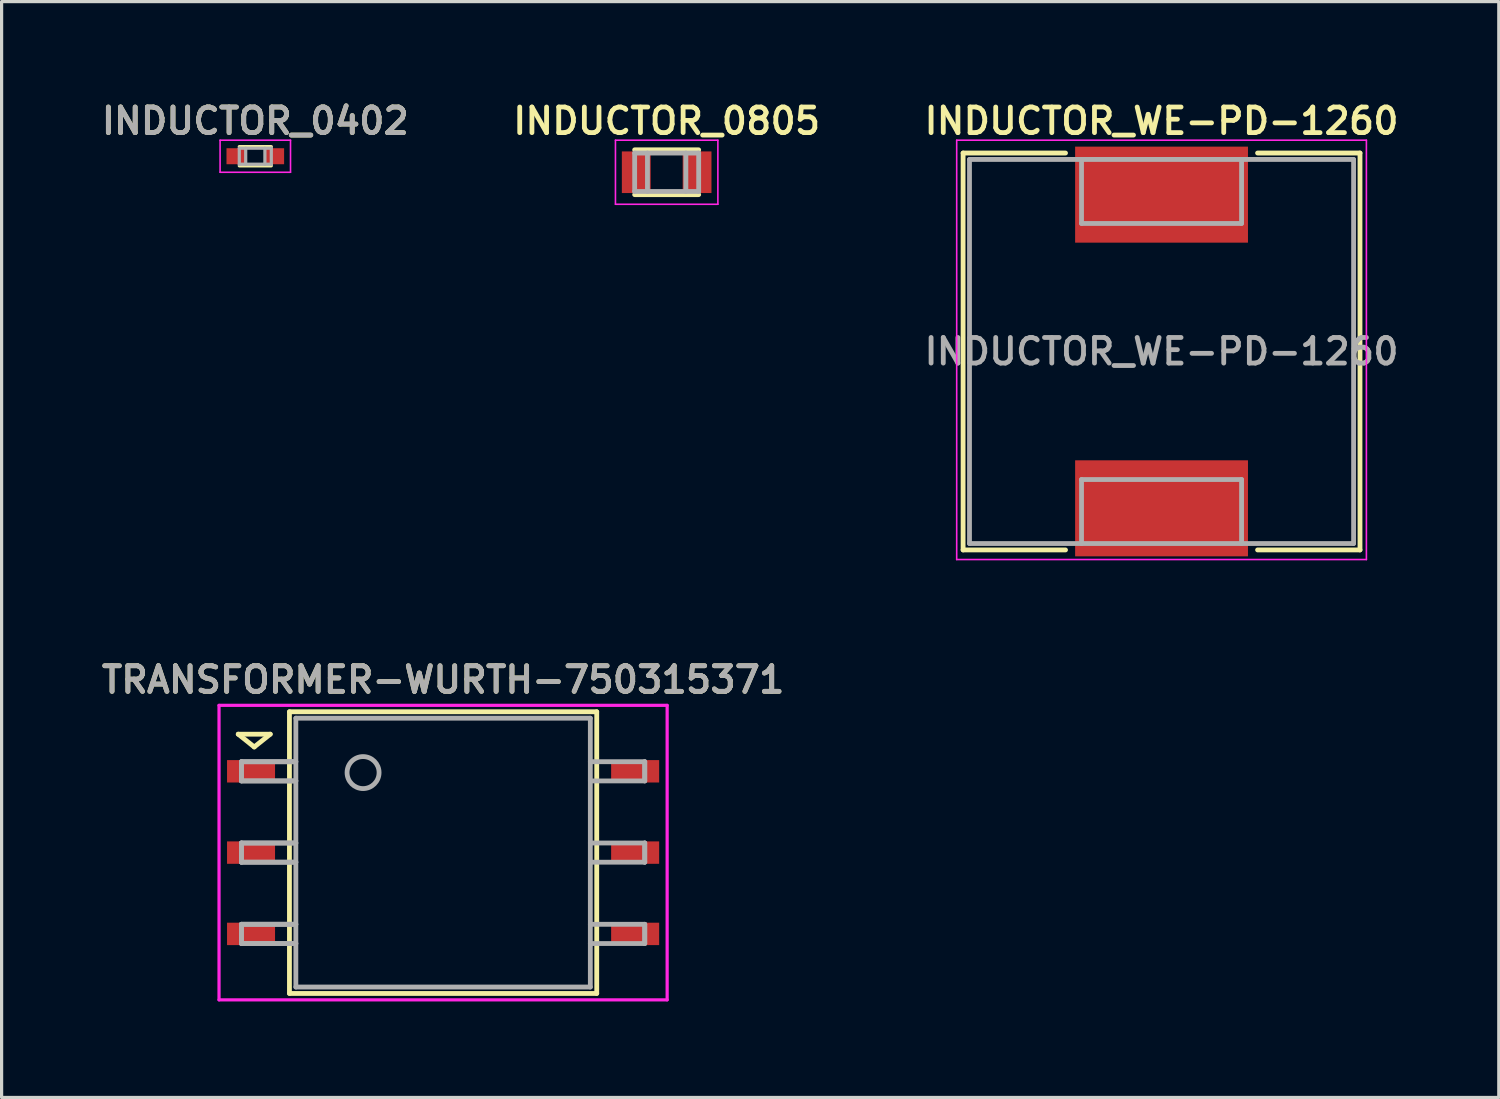
<source format=kicad_pcb>
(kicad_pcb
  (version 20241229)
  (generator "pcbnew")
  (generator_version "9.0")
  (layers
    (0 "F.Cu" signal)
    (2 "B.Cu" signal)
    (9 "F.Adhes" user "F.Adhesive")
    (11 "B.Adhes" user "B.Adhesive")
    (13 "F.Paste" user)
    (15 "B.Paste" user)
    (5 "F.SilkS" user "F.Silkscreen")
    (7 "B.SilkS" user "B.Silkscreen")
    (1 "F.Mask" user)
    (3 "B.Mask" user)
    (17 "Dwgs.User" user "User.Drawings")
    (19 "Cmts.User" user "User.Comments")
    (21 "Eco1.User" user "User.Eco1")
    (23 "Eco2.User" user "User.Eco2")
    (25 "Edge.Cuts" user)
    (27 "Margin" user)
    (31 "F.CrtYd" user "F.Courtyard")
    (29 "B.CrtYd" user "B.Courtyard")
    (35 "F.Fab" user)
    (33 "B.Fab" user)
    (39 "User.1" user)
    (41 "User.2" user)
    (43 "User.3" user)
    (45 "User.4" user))
  (footprint "INDUCTOR_0805"
    (layer "F.Cu")
    (at 17.778 2.331)
    (property "Reference" "INDUCTOR_0805" (at 0 -1.6 0) (layer "F.SilkS") (effects (font (size 0.8 0.8) (thickness 0.15))))
    (attr smd)
    (fp_line (start -1 -0.7) (end 1 -0.7) (stroke (width 0.15) (type solid)) (layer "F.SilkS"))
    (fp_line (start 1 0.7) (end -1 0.7) (stroke (width 0.15) (type solid)) (layer "F.SilkS"))
    (fp_line (start -1.6 -1) (end -1.6 1) (stroke (width 0.05) (type solid)) (layer "F.CrtYd"))
    (fp_line (start -1.6 -1) (end 1.6 -1) (stroke (width 0.05) (type solid)) (layer "F.CrtYd"))
    (fp_line (start -1.6 1) (end 1.6 1) (stroke (width 0.05) (type solid)) (layer "F.CrtYd"))
    (fp_line (start 1.6 -1) (end 1.6 1) (stroke (width 0.05) (type solid)) (layer "F.CrtYd"))
    (fp_line (start -1 -0.6) (end 1 -0.6) (stroke (width 0.15) (type solid)) (layer "F.Fab"))
    (fp_line (start -1 0.6) (end -1 -0.6) (stroke (width 0.15) (type solid)) (layer "F.Fab"))
    (fp_line (start -0.6 -0.6) (end -0.6 0.6) (stroke (width 0.15) (type solid)) (layer "F.Fab"))
    (fp_line (start 0.6 -0.6) (end 0.6 0.6) (stroke (width 0.15) (type solid)) (layer "F.Fab"))
    (fp_line (start 1 -0.6) (end 1 0.6) (stroke (width 0.15) (type solid)) (layer "F.Fab"))
    (fp_line (start 1 0.6) (end -1 0.6) (stroke (width 0.15) (type solid)) (layer "F.Fab"))
    (pad "1" smd rect (at -0.95 0) (size 0.9 1.3) (layers "F.Cu" "F.Mask" "F.Paste"))
    (pad "2" smd rect (at 0.95 0) (size 0.9 1.3) (layers "F.Cu" "F.Mask" "F.Paste")))
  (footprint "INDUCTOR_0402"
    (layer "F.Cu")
    (at 4.926 1.831)
    (property "Reference" "INDUCTOR_0402" (at 0 -1.1 0) (layer "F.SilkS") (effects (font (size 0.8 0.8) (thickness 0.15))))
    (attr smd)
    (fp_line (start -0.5 -0.3) (end 0.5 -0.3) (stroke (width 0.1) (type solid)) (layer "F.SilkS"))
    (fp_line (start -0.5 0.3) (end 0.5 0.3) (stroke (width 0.1) (type solid)) (layer "F.SilkS"))
    (fp_line (start -1.1 -0.5) (end 1.1 -0.5) (stroke (width 0.05) (type solid)) (layer "F.CrtYd"))
    (fp_line (start -1.1 0.5) (end -1.1 -0.5) (stroke (width 0.05) (type solid)) (layer "F.CrtYd"))
    (fp_line (start 1.1 -0.5) (end 1.1 0.5) (stroke (width 0.05) (type solid)) (layer "F.CrtYd"))
    (fp_line (start 1.1 0.5) (end -1.1 0.5) (stroke (width 0.05) (type solid)) (layer "F.CrtYd"))
    (fp_line (start -0.5 -0.25) (end 0.5 -0.25) (stroke (width 0.1) (type solid)) (layer "F.Fab"))
    (fp_line (start -0.5 0.25) (end -0.5 -0.25) (stroke (width 0.1) (type solid)) (layer "F.Fab"))
    (fp_line (start -0.3 -0.25) (end -0.3 0.25) (stroke (width 0.1) (type solid)) (layer "F.Fab"))
    (fp_line (start 0.3 -0.25) (end 0.3 0.25) (stroke (width 0.1) (type solid)) (layer "F.Fab"))
    (fp_line (start 0.5 -0.25) (end 0.5 0.25) (stroke (width 0.1) (type solid)) (layer "F.Fab"))
    (fp_line (start 0.5 0.25) (end -0.5 0.25) (stroke (width 0.1) (type solid)) (layer "F.Fab"))
    (fp_text user "${REFERENCE}" (at 0 -1.1 0) (layer "F.Fab") (effects (font (size 0.8 0.8) (thickness 0.15))))
    (pad "1" smd rect (at -0.6 0) (size 0.6 0.5) (layers "F.Cu" "F.Mask" "F.Paste"))
    (pad "2" smd rect (at 0.6 0) (size 0.6 0.5) (layers "F.Cu" "F.Mask" "F.Paste")))
  (footprint "TRANSFORMER-WURTH-750315371"
    (layer "F.Cu")
    (at 10.793 23.587)
    (property "Reference" "TRANSFORMER-WURTH-750315371" (at 0 -5.4 0) (layer "F.SilkS") (effects (font (size 0.8 0.8) (thickness 0.15))))
    (attr through_hole)
    (fp_line (start -6.4 -3.7) (end -5.4 -3.7) (stroke (width 0.15) (type solid)) (layer "F.SilkS"))
    (fp_line (start -5.9 -3.3) (end -6.4 -3.7) (stroke (width 0.15) (type solid)) (layer "F.SilkS"))
    (fp_line (start -5.4 -3.7) (end -5.9 -3.3) (stroke (width 0.15) (type solid)) (layer "F.SilkS"))
    (fp_line (start -4.8 -4.4) (end -4.8 4.4) (stroke (width 0.15) (type solid)) (layer "F.SilkS"))
    (fp_line (start -4.8 4.4) (end 4.8 4.4) (stroke (width 0.15) (type solid)) (layer "F.SilkS"))
    (fp_line (start 4.8 -4.4) (end -4.8 -4.4) (stroke (width 0.15) (type solid)) (layer "F.SilkS"))
    (fp_line (start 4.8 4.4) (end 4.8 -4.4) (stroke (width 0.15) (type solid)) (layer "F.SilkS"))
    (fp_line (start -7 -4.6) (end -7 4.6) (stroke (width 0.1) (type solid)) (layer "F.CrtYd"))
    (fp_line (start -7 4.6) (end 7 4.6) (stroke (width 0.1) (type solid)) (layer "F.CrtYd"))
    (fp_line (start 7 -4.6) (end -7 -4.6) (stroke (width 0.1) (type solid)) (layer "F.CrtYd"))
    (fp_line (start 7 4.6) (end 7 -4.6) (stroke (width 0.1) (type solid)) (layer "F.CrtYd"))
    (fp_line (start -6.3 -2.84) (end -6.3 -2.24) (stroke (width 0.15) (type solid)) (layer "F.Fab"))
    (fp_line (start -6.3 -2.84) (end -6.3 -2.24) (stroke (width 0.15) (type solid)) (layer "F.Fab"))
    (fp_line (start -6.3 -2.24) (end -4.6 -2.24) (stroke (width 0.15) (type solid)) (layer "F.Fab"))
    (fp_line (start -6.3 -2.24) (end -4.6 -2.24) (stroke (width 0.15) (type solid)) (layer "F.Fab"))
    (fp_line (start -6.3 -0.3) (end -6.3 0.3) (stroke (width 0.15) (type solid)) (layer "F.Fab"))
    (fp_line (start -6.3 -0.3) (end -6.3 0.3) (stroke (width 0.15) (type solid)) (layer "F.Fab"))
    (fp_line (start -6.3 0.3) (end -4.6 0.3) (stroke (width 0.15) (type solid)) (layer "F.Fab"))
    (fp_line (start -6.3 0.3) (end -4.6 0.3) (stroke (width 0.15) (type solid)) (layer "F.Fab"))
    (fp_line (start -6.3 2.24) (end -6.3 2.84) (stroke (width 0.15) (type solid)) (layer "F.Fab"))
    (fp_line (start -6.3 2.24) (end -6.3 2.84) (stroke (width 0.15) (type solid)) (layer "F.Fab"))
    (fp_line (start -6.3 2.84) (end -4.6 2.84) (stroke (width 0.15) (type solid)) (layer "F.Fab"))
    (fp_line (start -6.3 2.84) (end -4.6 2.84) (stroke (width 0.15) (type solid)) (layer "F.Fab"))
    (fp_line (start -4.6 -4.2) (end 4.6 -4.2) (stroke (width 0.15) (type solid)) (layer "F.Fab"))
    (fp_line (start -4.6 -2.84) (end -6.3 -2.84) (stroke (width 0.15) (type solid)) (layer "F.Fab"))
    (fp_line (start -4.6 -2.84) (end -6.3 -2.84) (stroke (width 0.15) (type solid)) (layer "F.Fab"))
    (fp_line (start -4.6 -0.3) (end -6.3 -0.3) (stroke (width 0.15) (type solid)) (layer "F.Fab"))
    (fp_line (start -4.6 -0.3) (end -6.3 -0.3) (stroke (width 0.15) (type solid)) (layer "F.Fab"))
    (fp_line (start -4.6 2.24) (end -6.3 2.24) (stroke (width 0.15) (type solid)) (layer "F.Fab"))
    (fp_line (start -4.6 2.24) (end -6.3 2.24) (stroke (width 0.15) (type solid)) (layer "F.Fab"))
    (fp_line (start -4.6 4.2) (end -4.6 -4.2) (stroke (width 0.15) (type solid)) (layer "F.Fab"))
    (fp_line (start 4.6 -4.2) (end 4.6 4.2) (stroke (width 0.15) (type solid)) (layer "F.Fab"))
    (fp_line (start 4.6 -2.84) (end 6.3 -2.84) (stroke (width 0.15) (type solid)) (layer "F.Fab"))
    (fp_line (start 4.6 -0.3) (end 6.3 -0.3) (stroke (width 0.15) (type solid)) (layer "F.Fab"))
    (fp_line (start 4.6 2.24) (end 6.3 2.24) (stroke (width 0.15) (type solid)) (layer "F.Fab"))
    (fp_line (start 4.6 4.2) (end -4.6 4.2) (stroke (width 0.15) (type solid)) (layer "F.Fab"))
    (fp_line (start 6.3 -2.84) (end 6.3 -2.24) (stroke (width 0.15) (type solid)) (layer "F.Fab"))
    (fp_line (start 6.3 -2.84) (end 6.3 -2.24) (stroke (width 0.15) (type solid)) (layer "F.Fab"))
    (fp_line (start 6.3 -2.24) (end 4.6 -2.24) (stroke (width 0.15) (type solid)) (layer "F.Fab"))
    (fp_line (start 6.3 -0.3) (end 6.3 0.3) (stroke (width 0.15) (type solid)) (layer "F.Fab"))
    (fp_line (start 6.3 -0.3) (end 6.3 0.3) (stroke (width 0.15) (type solid)) (layer "F.Fab"))
    (fp_line (start 6.3 0.3) (end 4.6 0.3) (stroke (width 0.15) (type solid)) (layer "F.Fab"))
    (fp_line (start 6.3 2.24) (end 6.3 2.84) (stroke (width 0.15) (type solid)) (layer "F.Fab"))
    (fp_line (start 6.3 2.24) (end 6.3 2.84) (stroke (width 0.15) (type solid)) (layer "F.Fab"))
    (fp_line (start 6.3 2.84) (end 4.6 2.84) (stroke (width 0.15) (type solid)) (layer "F.Fab"))
    (fp_circle (center -2.5 -2.5) (end -2 -2.5) (stroke (width 0.15) (type solid)) (fill no) (layer "F.Fab"))
    (fp_text user "${REFERENCE}" (at 0 -5.4 0) (layer "F.Fab") (effects (font (size 0.8 0.8) (thickness 0.15))))
    (pad "1" smd rect (at -6 -2.54) (size 1.5 0.7) (layers "F.Cu" "F.Mask" "F.Paste"))
    (pad "2" smd rect (at -6 0) (size 1.5 0.7) (layers "F.Cu" "F.Mask" "F.Paste"))
    (pad "3" smd rect (at -6 2.54) (size 1.5 0.7) (layers "F.Cu" "F.Mask" "F.Paste"))
    (pad "4" smd rect (at 6 2.54) (size 1.5 0.7) (layers "F.Cu" "F.Mask" "F.Paste"))
    (pad "5" smd rect (at 6 0) (size 1.5 0.7) (layers "F.Cu" "F.Mask" "F.Paste"))
    (pad "6" smd rect (at 6 -2.54) (size 1.5 0.7) (layers "F.Cu" "F.Mask" "F.Paste")))
  (footprint "INDUCTOR_WE-PD-1260"
    (layer "F.Cu")
    (at 33.239 7.931)
    (property "Reference" "INDUCTOR_WE-PD-1260" (at 0 -7.2 0) (layer "F.SilkS") (effects (font (size 0.8 0.8) (thickness 0.15))))
    (attr through_hole)
    (fp_line (start -6.2 -6.2) (end -6.2 6.2) (stroke (width 0.15) (type solid)) (layer "F.SilkS"))
    (fp_line (start -6.2 6.2) (end -3 6.2) (stroke (width 0.15) (type solid)) (layer "F.SilkS"))
    (fp_line (start -3 -6.2) (end -6.2 -6.2) (stroke (width 0.15) (type solid)) (layer "F.SilkS"))
    (fp_line (start 3 6.2) (end 6.2 6.2) (stroke (width 0.15) (type solid)) (layer "F.SilkS"))
    (fp_line (start 6.2 -6.2) (end 3 -6.2) (stroke (width 0.15) (type solid)) (layer "F.SilkS"))
    (fp_line (start 6.2 6.2) (end 6.2 -6.2) (stroke (width 0.15) (type solid)) (layer "F.SilkS"))
    (fp_line (start -6.4 -6.6) (end 6.4 -6.6) (stroke (width 0.05) (type solid)) (layer "F.CrtYd"))
    (fp_line (start -6.4 6.5) (end -6.4 -6.6) (stroke (width 0.05) (type solid)) (layer "F.CrtYd"))
    (fp_line (start 6.4 -6.6) (end 6.4 6.5) (stroke (width 0.05) (type solid)) (layer "F.CrtYd"))
    (fp_line (start 6.4 6.5) (end -6.4 6.5) (stroke (width 0.05) (type solid)) (layer "F.CrtYd"))
    (fp_line (start -6 -6) (end 6 -6) (stroke (width 0.15) (type solid)) (layer "F.Fab"))
    (fp_line (start -6 6) (end -6 -6) (stroke (width 0.15) (type solid)) (layer "F.Fab"))
    (fp_line (start -2.5 -6) (end -2.5 -4) (stroke (width 0.15) (type solid)) (layer "F.Fab"))
    (fp_line (start -2.5 -4) (end 2.5 -4) (stroke (width 0.15) (type solid)) (layer "F.Fab"))
    (fp_line (start -2.5 4) (end -2.5 6) (stroke (width 0.15) (type solid)) (layer "F.Fab"))
    (fp_line (start 2.5 -4) (end 2.5 -6) (stroke (width 0.15) (type solid)) (layer "F.Fab"))
    (fp_line (start 2.5 4) (end -2.5 4) (stroke (width 0.15) (type solid)) (layer "F.Fab"))
    (fp_line (start 2.5 6) (end 2.5 4) (stroke (width 0.15) (type solid)) (layer "F.Fab"))
    (fp_line (start 6 -6) (end 6 6) (stroke (width 0.15) (type solid)) (layer "F.Fab"))
    (fp_line (start 6 6) (end -6 6) (stroke (width 0.15) (type solid)) (layer "F.Fab"))
    (fp_text user "${REFERENCE}" (at 0 0 0) (layer "F.Fab") (effects (font (size 0.8 0.8) (thickness 0.15))))
    (pad "1" smd rect (at 0 -4.9) (size 5.4 3) (layers "F.Cu" "F.Mask" "F.Paste"))
    (pad "2" smd rect (at 0 4.9) (size 5.4 3) (layers "F.Cu" "F.Mask" "F.Paste")))
  (gr_rect
    (start -3 -3)
    (end 43.775 31.238)
    (stroke (width 0.1) (type default))
    (fill no)
    (layer "Edge.Cuts")))
</source>
